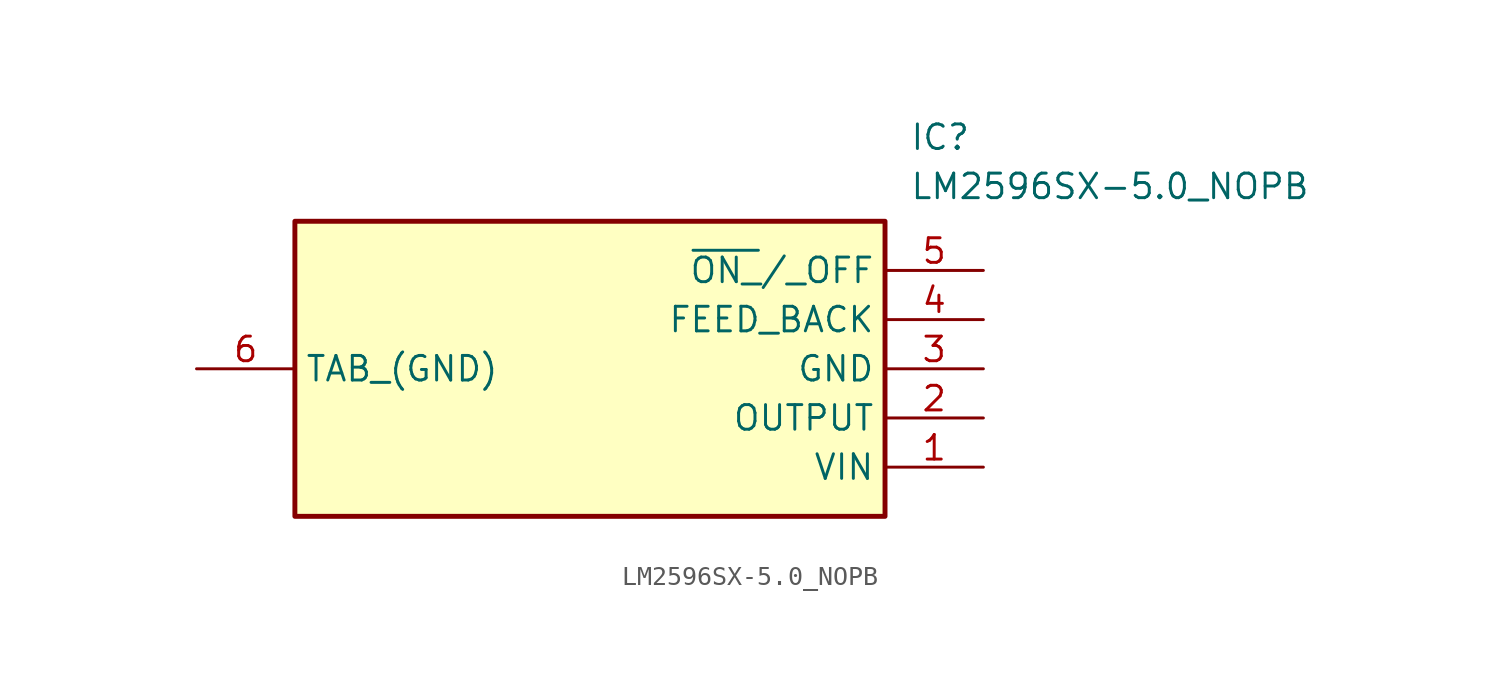
<source format=kicad_sym>
(kicad_symbol_lib
  (version 20211014)
  (generator SamacSys_ECAD_Model)
  (symbol "LM2596SX-5.0_NOPB"
    (property "Reference" "IC"
      (at 36.83 7.62 0)
      (effects (font (size 1.27 1.27)) (justify left top)))
    (property "Value" "LM2596SX-5.0_NOPB"
      (at 36.83 5.08 0)
      (effects (font (size 1.27 1.27)) (justify left top)))
    (rectangle
      (start 5.08 2.54)
      (end 35.56 -12.7)
      (stroke (width 0.254) (type default))
      (fill (type background)))
    (pin passive line
      (at 40.64 -10.16 180)
      (length 5.08)
      (name "VIN" (effects (font (size 1.27 1.27))))
      (number "1" (effects (font (size 1.27 1.27)))))
    (pin passive line
      (at 40.64 -7.62 180)
      (length 5.08)
      (name "OUTPUT" (effects (font (size 1.27 1.27))))
      (number "2" (effects (font (size 1.27 1.27)))))
    (pin passive line
      (at 40.64 -5.08 180)
      (length 5.08)
      (name "GND" (effects (font (size 1.27 1.27))))
      (number "3" (effects (font (size 1.27 1.27)))))
    (pin passive line
      (at 40.64 -2.54 180)
      (length 5.08)
      (name "FEED_BACK" (effects (font (size 1.27 1.27))))
      (number "4" (effects (font (size 1.27 1.27)))))
    (pin passive line
      (at 40.64 0 180)
      (length 5.08)
      (name "~{ON_}/_OFF" (effects (font (size 1.27 1.27))))
      (number "5" (effects (font (size 1.27 1.27)))))
    (pin passive line
      (at 0 -5.08 0)
      (length 5.08)
      (name "TAB_(GND)" (effects (font (size 1.27 1.27))))
      (number "6" (effects (font (size 1.27 1.27)))))))
</source>
